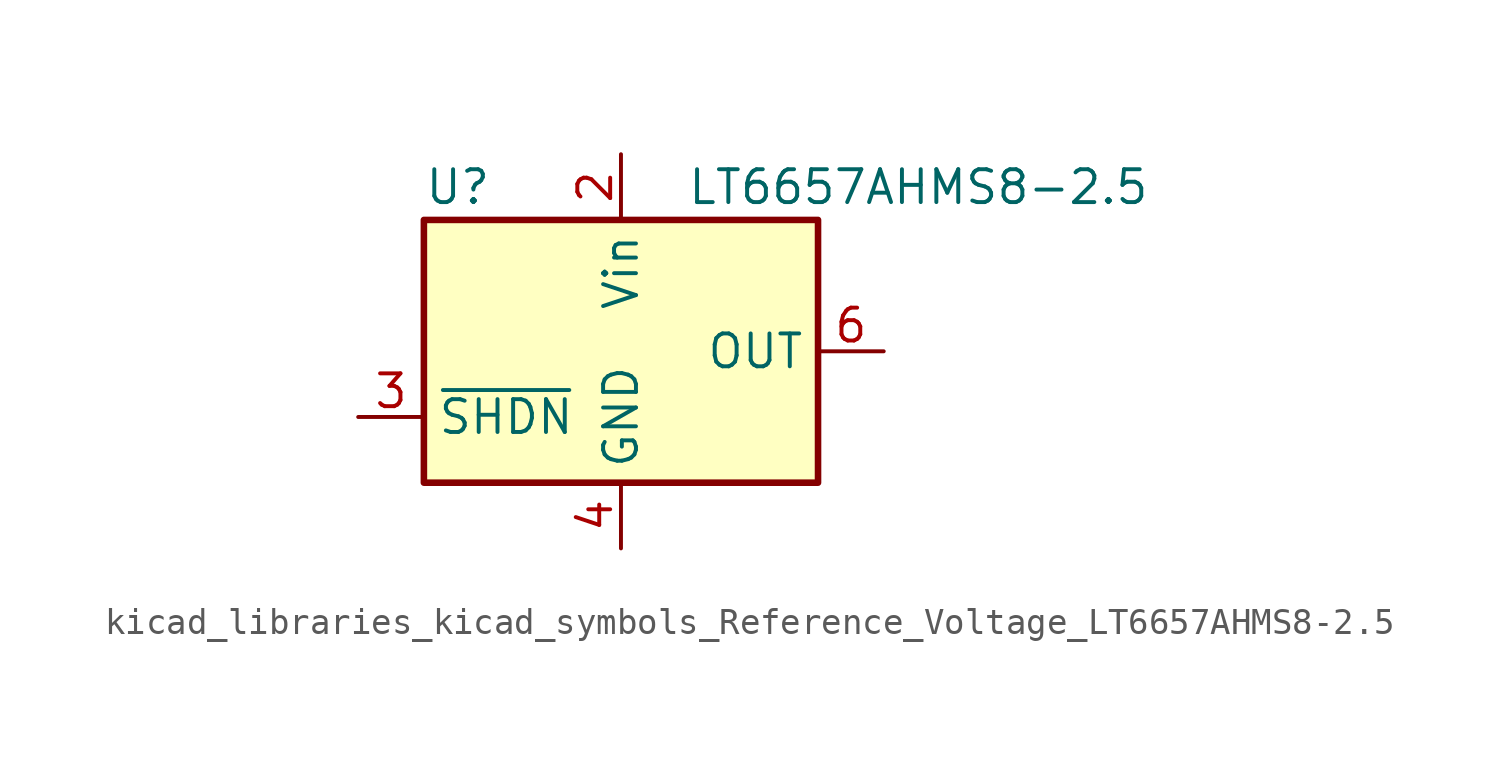
<source format=kicad_sym>
(kicad_symbol_lib
  (version 20220914)
  (generator kicad_symbol_editor)
  (symbol "kicad_libraries_kicad_symbols_Reference_Voltage_LT6657AHMS8-2.5"
    (property "Reference" "U"
      (at -7.62 6.35 0)
      (effects (font (size 1.27 1.27)) (justify left)))
    (property "Value" "LT6657AHMS8-2.5"
      (at 2.54 6.35 0)
      (effects (font (size 1.27 1.27)) (justify left)))
    (symbol "kicad_libraries_kicad_symbols_Reference_Voltage_LT6657AHMS8-2.5_0_1"
      (rectangle (start -7.62 5.08) (end 7.62 -5.08) (stroke (width 0.254) (type default)) (fill (type background))))
    (symbol "kicad_libraries_kicad_symbols_Reference_Voltage_LT6657AHMS8-2.5_1_1"
      (pin no_connect line (at 7.62 -2.54 180) (length 2.54) hide (name "DNC" (effects (font (size 1.27 1.27)))) (number "1" (effects (font (size 1.27 1.27)))))
      (pin power_in line (at 0 7.62 270) (length 2.54) (name "Vin" (effects (font (size 1.27 1.27)))) (number "2" (effects (font (size 1.27 1.27)))))
      (pin input line (at -10.16 -2.54 0) (length 2.54) (name "~{SHDN}" (effects (font (size 1.27 1.27)))) (number "3" (effects (font (size 1.27 1.27)))))
      (pin power_in line (at 0 -7.62 90) (length 2.54) (name "GND" (effects (font (size 1.27 1.27)))) (number "4" (effects (font (size 1.27 1.27)))))
      (pin no_connect line (at -7.62 0 0) (length 2.54) hide (name "DNC" (effects (font (size 1.27 1.27)))) (number "5" (effects (font (size 1.27 1.27)))))
      (pin power_out line (at 10.16 0 180) (length 2.54) (name "OUT" (effects (font (size 1.27 1.27)))) (number "6" (effects (font (size 1.27 1.27)))))
      (pin no_connect line (at -7.62 2.54 0) (length 2.54) hide (name "DNC" (effects (font (size 1.27 1.27)))) (number "7" (effects (font (size 1.27 1.27)))))
      (pin no_connect line (at 7.62 2.54 180) (length 2.54) hide (name "DNC" (effects (font (size 1.27 1.27)))) (number "8" (effects (font (size 1.27 1.27))))))))
</source>
